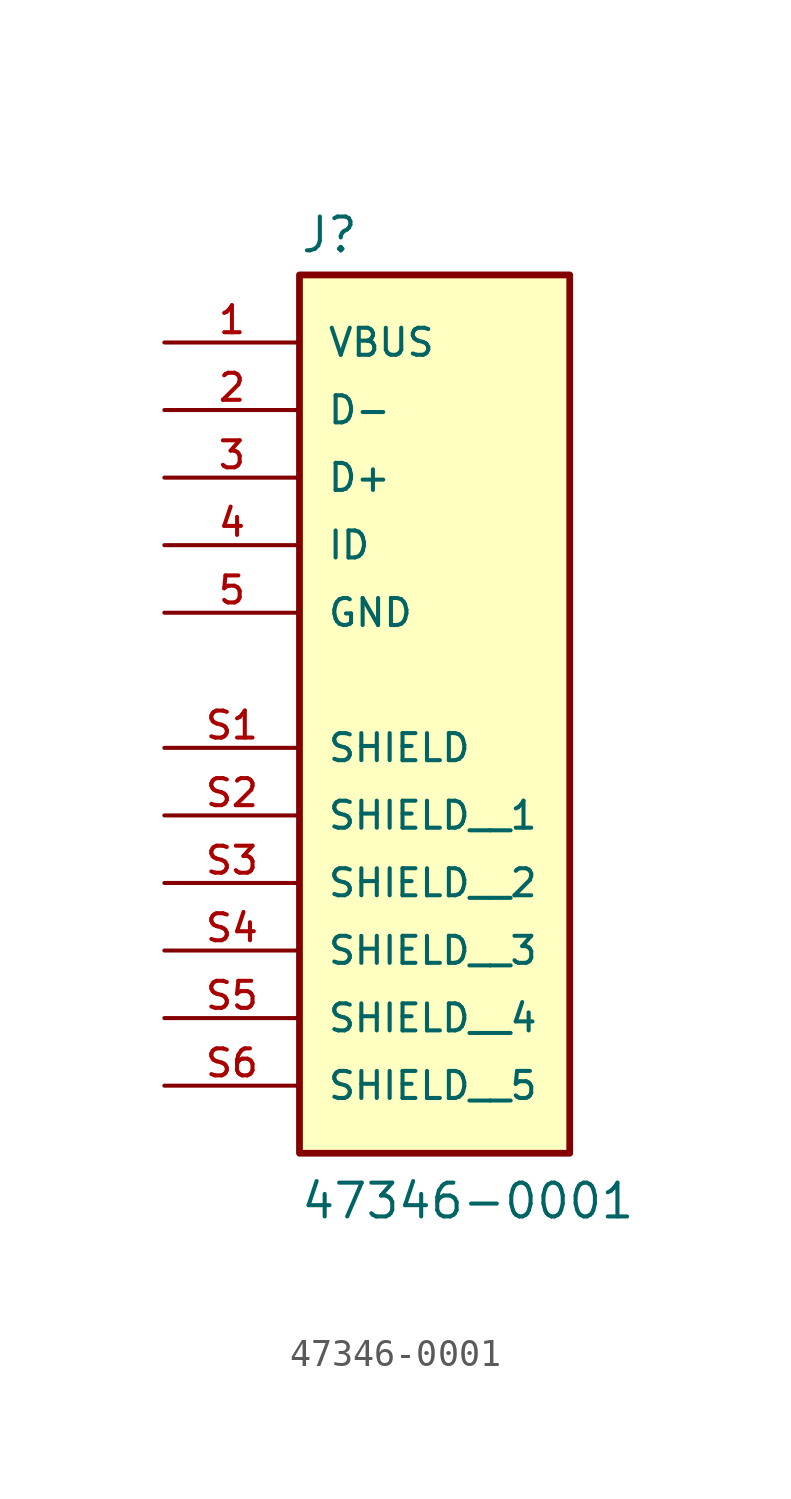
<source format=kicad_sym>
(kicad_symbol_lib
  (version 20211014)
  (generator kicad_symbol_editor)
  (symbol "47346-0001"
    (pin_names
      (offset 1.016))
    (property "Reference" "J"
      (at -5.08 10.922 0)
      (effects (font (size 1.27 1.27)) (justify bottom left)))
    (property "Value" "47346-0001"
      (at -5.08 -25.4 0)
      (effects (font (size 1.27 1.27)) (justify bottom left)))
    (symbol "47346-0001_0_0"
      (rectangle (start -5.08 -22.86) (end 5.08 10.16) (stroke (width 0.254)) (fill (type background)))
      (pin bidirectional line (at -10.16 2.54 0) (length 5.08) (name "D+" (effects (font (size 1.016 1.016)))) (number "3" (effects (font (size 1.016 1.016)))))
      (pin bidirectional line (at -10.16 5.08 0) (length 5.08) (name "D-" (effects (font (size 1.016 1.016)))) (number "2" (effects (font (size 1.016 1.016)))))
      (pin power_in line (at -10.16 -2.54 0) (length 5.08) (name "GND" (effects (font (size 1.016 1.016)))) (number "5" (effects (font (size 1.016 1.016)))))
      (pin bidirectional line (at -10.16 0.0 0) (length 5.08) (name "ID" (effects (font (size 1.016 1.016)))) (number "4" (effects (font (size 1.016 1.016)))))
      (pin power_in line (at -10.16 7.62 0) (length 5.08) (name "VBUS" (effects (font (size 1.016 1.016)))) (number "1" (effects (font (size 1.016 1.016)))))
      (pin passive line (at -10.16 -7.62 0) (length 5.08) (name "SHIELD" (effects (font (size 1.016 1.016)))) (number "S1" (effects (font (size 1.016 1.016)))))
      (pin passive line (at -10.16 -10.16 0) (length 5.08) (name "SHIELD__1" (effects (font (size 1.016 1.016)))) (number "S2" (effects (font (size 1.016 1.016)))))
      (pin passive line (at -10.16 -12.7 0) (length 5.08) (name "SHIELD__2" (effects (font (size 1.016 1.016)))) (number "S3" (effects (font (size 1.016 1.016)))))
      (pin passive line (at -10.16 -15.24 0) (length 5.08) (name "SHIELD__3" (effects (font (size 1.016 1.016)))) (number "S4" (effects (font (size 1.016 1.016)))))
      (pin passive line (at -10.16 -17.78 0) (length 5.08) (name "SHIELD__4" (effects (font (size 1.016 1.016)))) (number "S5" (effects (font (size 1.016 1.016)))))
      (pin passive line (at -10.16 -20.32 0) (length 5.08) (name "SHIELD__5" (effects (font (size 1.016 1.016)))) (number "S6" (effects (font (size 1.016 1.016))))))))
</source>
